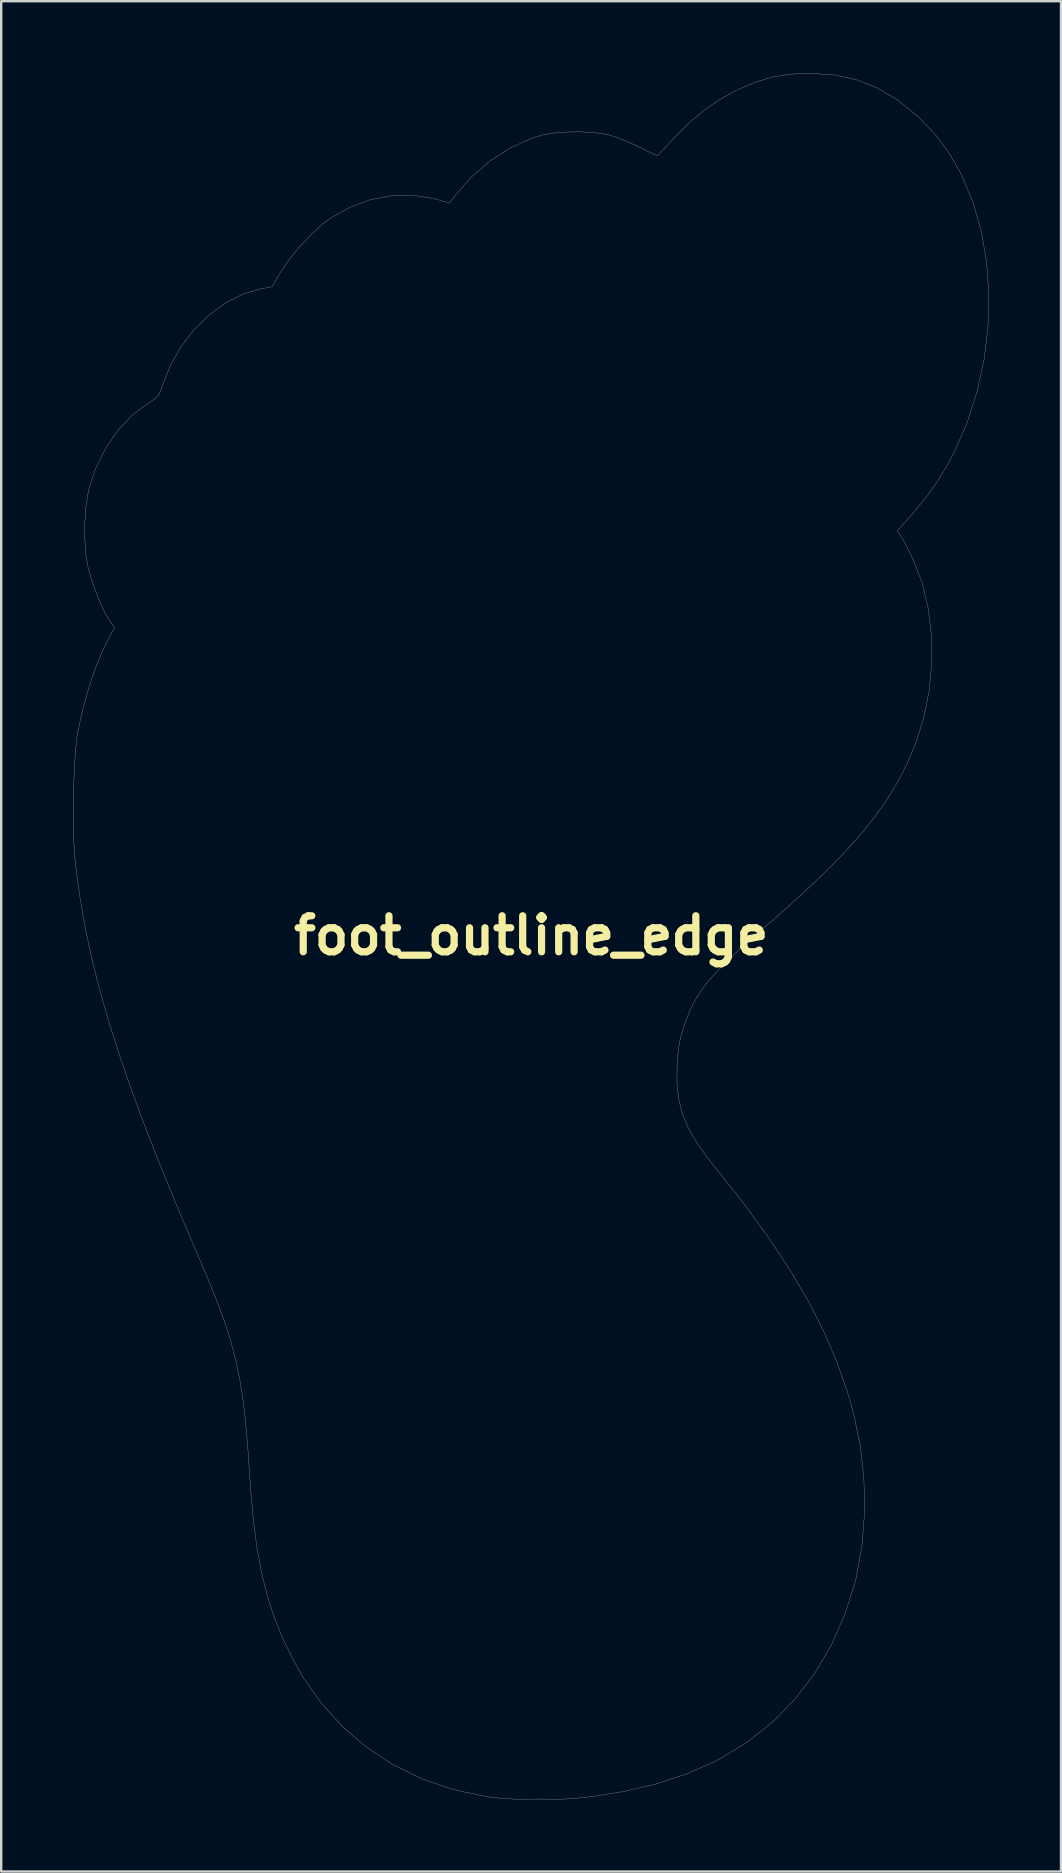
<source format=kicad_pcb>
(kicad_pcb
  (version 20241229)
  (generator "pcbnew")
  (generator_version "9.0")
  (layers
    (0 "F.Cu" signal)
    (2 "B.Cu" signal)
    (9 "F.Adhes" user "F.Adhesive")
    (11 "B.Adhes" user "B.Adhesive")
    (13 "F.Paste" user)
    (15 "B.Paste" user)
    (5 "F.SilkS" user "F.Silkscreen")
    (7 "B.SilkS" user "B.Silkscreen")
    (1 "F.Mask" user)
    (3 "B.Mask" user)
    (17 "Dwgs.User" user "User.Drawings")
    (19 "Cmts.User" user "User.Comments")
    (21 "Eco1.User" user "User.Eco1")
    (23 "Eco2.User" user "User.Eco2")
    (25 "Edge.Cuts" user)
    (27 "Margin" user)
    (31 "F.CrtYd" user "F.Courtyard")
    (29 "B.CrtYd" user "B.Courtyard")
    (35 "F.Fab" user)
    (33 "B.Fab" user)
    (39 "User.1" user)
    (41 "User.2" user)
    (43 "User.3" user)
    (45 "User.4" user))
  (footprint "foot_outline_edge"
    (layer "F.Cu")
    (at 19.084 35.926)
    (property "Reference" "foot_outline_edge" (at 0 0 0) (layer "F.SilkS") (effects (font (size 1.5 1.5) (thickness 0.3))))
    (attr board_only exclude_from_pos_files exclude_from_bom)
    (fp_poly (pts (xy 12.622 -35.854) (xy 13.558 -35.651) (xy 14.435 -35.304) (xy 15.269 -34.806) (xy 16.081 -34.148) (xy 16.211 -34.027) (xy 16.842 -33.362) (xy 17.374 -32.652) (xy 17.848 -31.84) (xy 17.936 -31.666) (xy 18.412 -30.53) (xy 18.758 -29.309) (xy 18.976 -28.025) (xy 19.065 -26.697) (xy 19.028 -25.347) (xy 18.864 -23.996) (xy 18.576 -22.665) (xy 18.163 -21.374) (xy 17.627 -20.146) (xy 17.404 -19.723) (xy 16.965 -18.987) (xy 16.482 -18.301) (xy 15.913 -17.605) (xy 15.743 -17.413) (xy 15.251 -16.863) (xy 15.413 -16.611) (xy 15.525 -16.418) (xy 15.679 -16.126) (xy 15.847 -15.789) (xy 15.897 -15.686) (xy 16.278 -14.712) (xy 16.536 -13.649) (xy 16.673 -12.524) (xy 16.687 -11.363) (xy 16.578 -10.193) (xy 16.346 -9.043) (xy 16.03 -8.044) (xy 15.701 -7.252) (xy 15.317 -6.486) (xy 14.868 -5.734) (xy 14.342 -4.982) (xy 13.727 -4.215) (xy 13.014 -3.421) (xy 12.19 -2.584) (xy 11.245 -1.693) (xy 10.167 -0.732) (xy 10.009 -0.594) (xy 9.267 0.054) (xy 8.645 0.614) (xy 8.127 1.103) (xy 7.702 1.537) (xy 7.355 1.931) (xy 7.073 2.303) (xy 6.842 2.668) (xy 6.65 3.043) (xy 6.482 3.443) (xy 6.345 3.827) (xy 6.221 4.251) (xy 6.139 4.678) (xy 6.09 5.176) (xy 6.075 5.445) (xy 6.072 6.172) (xy 6.142 6.825) (xy 6.297 7.435) (xy 6.547 8.032) (xy 6.906 8.648) (xy 7.385 9.314) (xy 7.678 9.683) (xy 8.84 11.151) (xy 9.862 12.55) (xy 10.754 13.894) (xy 11.523 15.197) (xy 12.176 16.472) (xy 12.721 17.733) (xy 13.166 18.994) (xy 13.413 19.849) (xy 13.703 21.223) (xy 13.86 22.633) (xy 13.886 24.047) (xy 13.779 25.431) (xy 13.539 26.75) (xy 13.493 26.934) (xy 13.06 28.304) (xy 12.495 29.579) (xy 11.802 30.752) (xy 10.987 31.817) (xy 10.055 32.769) (xy 9.01 33.6) (xy 7.857 34.305) (xy 7.582 34.446) (xy 6.446 34.942) (xy 5.22 35.344) (xy 3.884 35.658) (xy 2.579 35.868) (xy 2.066 35.927) (xy 1.579 35.968) (xy 1.142 35.991) (xy 0.781 35.995) (xy 0.521 35.98) (xy -0.039 35.981) (xy -0.353 35.988) (xy -0.737 35.98) (xy -1.157 35.955) (xy -1.581 35.915) (xy -1.934 35.868) (xy -3.29 35.574) (xy -4.564 35.134) (xy -5.751 34.553) (xy -6.844 33.835) (xy -7.839 32.986) (xy -8.728 32.008) (xy -9.506 30.907) (xy -9.953 30.118) (xy -10.364 29.263) (xy -10.712 28.399) (xy -11.001 27.503) (xy -11.238 26.549) (xy -11.429 25.514) (xy -11.578 24.372) (xy -11.692 23.101) (xy -11.735 22.456) (xy -11.813 21.287) (xy -11.903 20.256) (xy -12.011 19.332) (xy -12.145 18.486) (xy -12.312 17.688) (xy -12.518 16.907) (xy -12.771 16.113) (xy -13.078 15.276) (xy -13.445 14.365) (xy -13.796 13.542) (xy -14.631 11.59) (xy -15.381 9.769) (xy -16.051 8.066) (xy -16.644 6.47) (xy -17.163 4.968) (xy -17.614 3.547) (xy -17.999 2.195) (xy -18.323 0.901) (xy -18.588 -0.349) (xy -18.8 -1.566) (xy -18.962 -2.764) (xy -19.012 -3.223) (xy -19.05 -3.739) (xy -19.072 -4.36) (xy -19.079 -5.05) (xy -19.073 -5.773) (xy -19.054 -6.493) (xy -19.023 -7.174) (xy -18.98 -7.778) (xy -18.927 -8.272) (xy -18.893 -8.486) (xy -18.694 -9.389) (xy -18.446 -10.285) (xy -18.162 -11.13) (xy -17.855 -11.885) (xy -17.595 -12.407) (xy -17.362 -12.829) (xy -17.594 -13.164) (xy -17.788 -13.497) (xy -17.994 -13.946) (xy -18.195 -14.459) (xy -18.368 -14.986) (xy -18.472 -15.371) (xy -18.561 -15.919) (xy -18.603 -16.567) (xy -18.598 -17.256) (xy -18.548 -17.924) (xy -18.454 -18.51) (xy -18.425 -18.629) (xy -18.133 -19.499) (xy -17.726 -20.312) (xy -17.224 -21.042) (xy -16.643 -21.663) (xy -16.004 -22.147) (xy -15.986 -22.158) (xy -15.719 -22.332) (xy -15.555 -22.485) (xy -15.447 -22.675) (xy -15.357 -22.936) (xy -15.025 -23.773) (xy -14.578 -24.553) (xy -14.033 -25.258) (xy -13.41 -25.867) (xy -12.728 -26.363) (xy -12.006 -26.728) (xy -11.306 -26.934) (xy -10.802 -27.03) (xy -10.427 -27.661) (xy -10.074 -28.181) (xy -9.634 -28.719) (xy -9.151 -29.229) (xy -8.667 -29.664) (xy -8.383 -29.876) (xy -7.568 -30.337) (xy -6.705 -30.654) (xy -5.815 -30.823) (xy -4.923 -30.84) (xy -4.052 -30.701) (xy -3.87 -30.651) (xy -3.409 -30.512) (xy -3.198 -30.795) (xy -2.509 -31.589) (xy -1.726 -32.267) (xy -0.872 -32.815) (xy 0.033 -33.217) (xy 0.463 -33.35) (xy 0.91 -33.431) (xy 1.459 -33.475) (xy 2.05 -33.482) (xy 2.62 -33.452) (xy 3.107 -33.384) (xy 3.238 -33.354) (xy 3.545 -33.255) (xy 3.934 -33.103) (xy 4.339 -32.926) (xy 4.496 -32.851) (xy 5.25 -32.481) (xy 5.965 -33.241) (xy 6.608 -33.882) (xy 7.225 -34.402) (xy 7.859 -34.835) (xy 8.537 -35.206) (xy 9.316 -35.546) (xy 10.055 -35.768) (xy 10.82 -35.888) (xy 11.607 -35.921)) (stroke (width 0.01) (type solid)) (fill no) (layer "Edge.Cuts")))
  (gr_rect
    (start -3 -3)
    (end 41.155 74.926)
    (stroke (width 0.1) (type default))
    (fill no)
    (layer "Edge.Cuts")))
</source>
